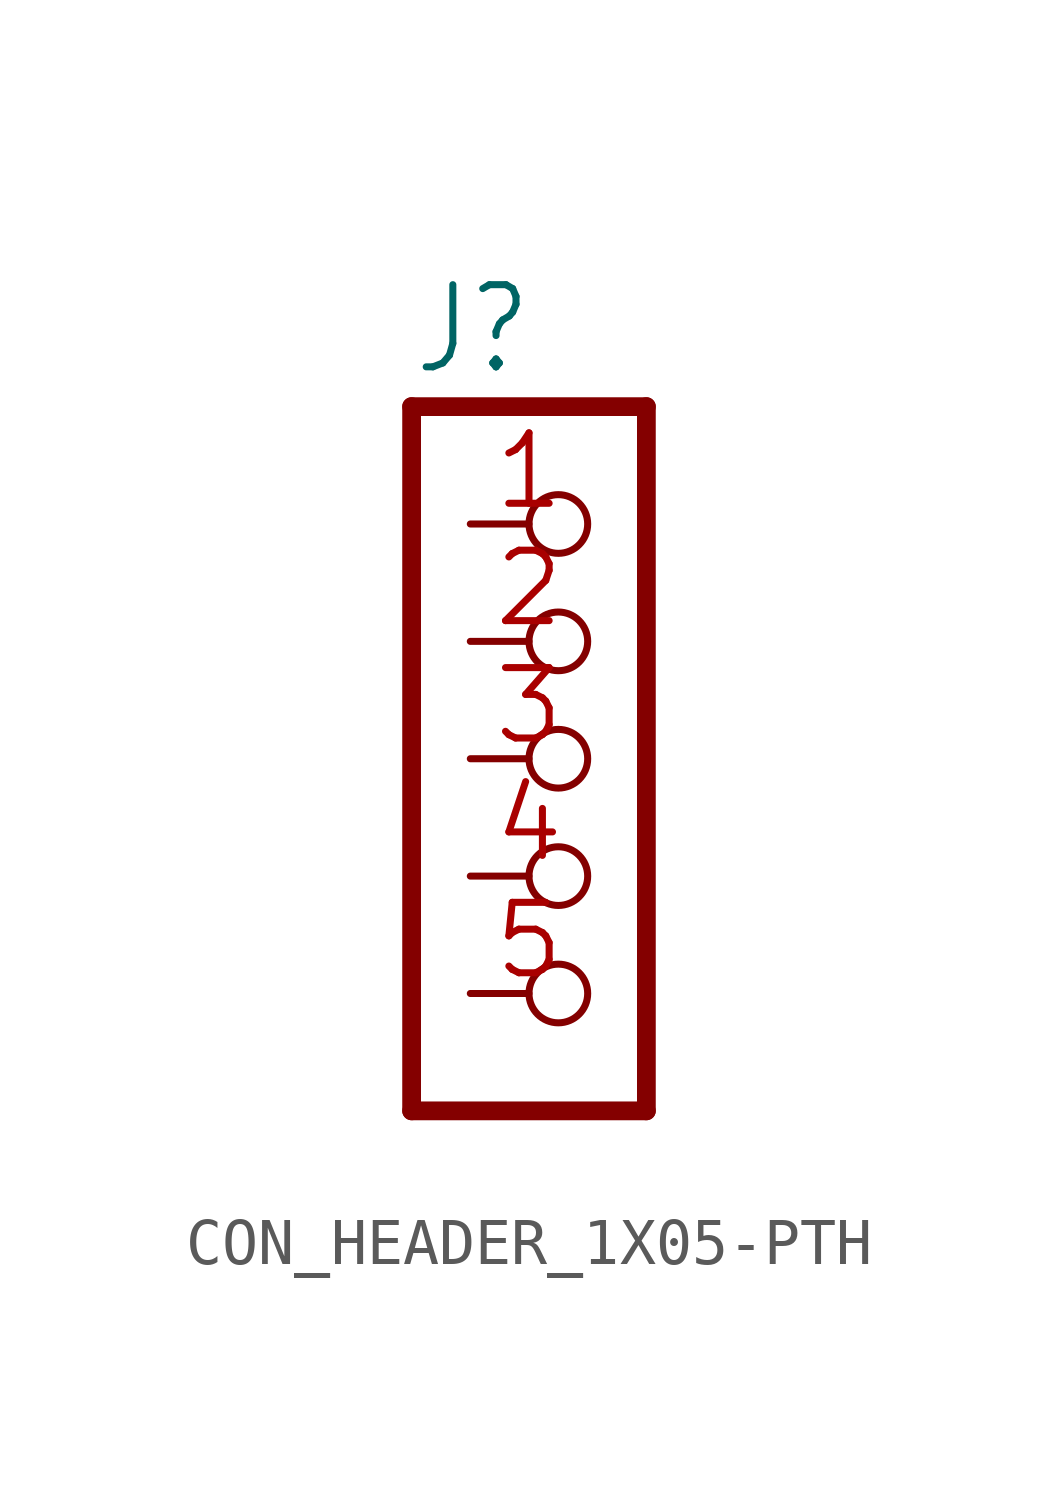
<source format=kicad_sym>
(kicad_symbol_lib
  (version 20241209)
  (generator "kicad_symbol_editor")
  (generator_version "9.0")
  (symbol "CON_HEADER_1X05-PTH"
    (property "Reference" "J"
      (at -1.27 8.255 0)
      (effects (font (size 1.778 1.511)) (justify left bottom)))
    (property "ki_locked" ""
      (at 0 0 0)
      (effects (font (size 1.27 1.27))))
    (symbol "CON_HEADER_1X05-PTH_1_0"
      (polyline (pts (xy -1.27 7.62) (xy 3.81 7.62)) (stroke (width 0.406) (type solid)) (fill (type none)))
      (polyline (pts (xy -1.27 -7.62) (xy -1.27 7.62)) (stroke (width 0.406) (type solid)) (fill (type none)))
      (polyline (pts (xy 3.81 7.62) (xy 3.81 -7.62)) (stroke (width 0.406) (type solid)) (fill (type none)))
      (polyline (pts (xy 3.81 -7.62) (xy -1.27 -7.62)) (stroke (width 0.406) (type solid)) (fill (type none)))
      (pin bidirectional inverted (at 0 5.08 0) (length 2.54) (name "1" (effects (font (size 0 0)))) (number "1" (effects (font (size 1.524 1.524)))))
      (pin bidirectional inverted (at 0 2.54 0) (length 2.54) (name "2" (effects (font (size 0 0)))) (number "2" (effects (font (size 1.524 1.524)))))
      (pin bidirectional inverted (at 0 0 0) (length 2.54) (name "3" (effects (font (size 0 0)))) (number "3" (effects (font (size 1.524 1.524)))))
      (pin bidirectional inverted (at 0 -2.54 0) (length 2.54) (name "4" (effects (font (size 0 0)))) (number "4" (effects (font (size 1.524 1.524)))))
      (pin bidirectional inverted (at 0 -5.08 0) (length 2.54) (name "5" (effects (font (size 0 0)))) (number "5" (effects (font (size 1.524 1.524))))))))
</source>
